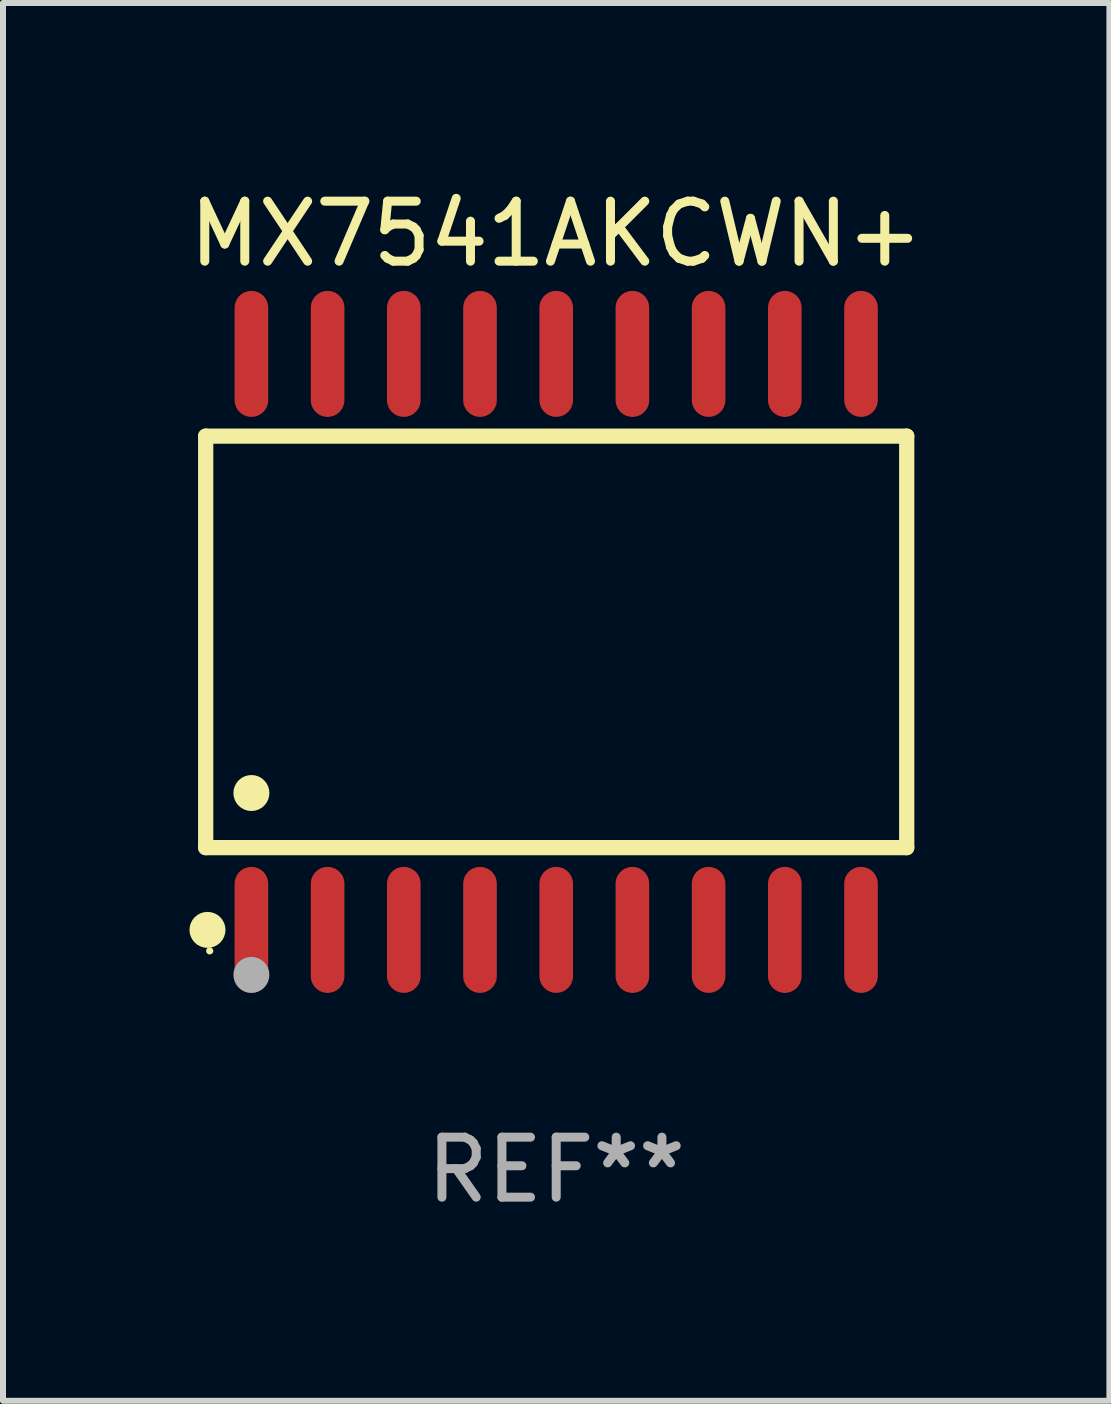
<source format=kicad_pcb>
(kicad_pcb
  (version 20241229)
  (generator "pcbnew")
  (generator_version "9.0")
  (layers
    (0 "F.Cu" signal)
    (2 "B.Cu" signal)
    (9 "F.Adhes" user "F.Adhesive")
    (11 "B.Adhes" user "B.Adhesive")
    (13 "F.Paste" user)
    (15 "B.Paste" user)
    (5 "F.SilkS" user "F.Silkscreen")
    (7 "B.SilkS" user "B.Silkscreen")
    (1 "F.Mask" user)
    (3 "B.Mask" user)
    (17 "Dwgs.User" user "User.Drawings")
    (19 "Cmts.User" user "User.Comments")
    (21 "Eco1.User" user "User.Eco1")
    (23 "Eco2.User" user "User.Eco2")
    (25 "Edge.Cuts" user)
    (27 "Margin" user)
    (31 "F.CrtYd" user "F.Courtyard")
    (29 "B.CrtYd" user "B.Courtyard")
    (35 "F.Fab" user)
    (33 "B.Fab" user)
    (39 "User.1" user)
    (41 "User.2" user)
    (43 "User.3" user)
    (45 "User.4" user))
  (footprint "MX7541AKCWN+"
    (layer "F.Cu")
    (at 6.22 7.648)
    (property "Reference" "MX7541AKCWN+" (at 0 -6.8 0) (layer "F.SilkS") (effects (font (size 1 1) (thickness 0.15))))
    (attr through_hole)
    (fp_line (start -5.842 -3.429) (end -5.842 3.429) (stroke (width 0.254) (type solid)) (layer "F.SilkS"))
    (fp_line (start -5.842 3.429) (end 5.842 3.429) (stroke (width 0.254) (type solid)) (layer "F.SilkS"))
    (fp_line (start 5.842 -3.429) (end -5.842 -3.429) (stroke (width 0.254) (type solid)) (layer "F.SilkS"))
    (fp_line (start 5.842 3.429) (end 5.842 -3.429) (stroke (width 0.254) (type solid)) (layer "F.SilkS"))
    (fp_circle (center -5.812 4.8) (end -5.662 4.8) (stroke (width 0.3) (type solid)) (fill no) (layer "F.SilkS"))
    (fp_circle (center -5.775 5.15) (end -5.745 5.15) (stroke (width 0.06) (type solid)) (fill no) (layer "F.SilkS"))
    (fp_circle (center -5.08 2.519) (end -4.93 2.519) (stroke (width 0.3) (type solid)) (fill no) (layer "F.SilkS"))
    (fp_circle (center -5.08 5.55) (end -4.93 5.55) (stroke (width 0.3) (type solid)) (fill no) (layer "F.Fab"))
    (fp_text user "REF**" (at 0 8.8 0) (layer "F.Fab") (effects (font (size 1 1) (thickness 0.15))))
    (pad "1" smd oval (at -5.08 4.8) (size 0.56 2.1) (layers "F.Cu" "F.Mask" "F.Paste"))
    (pad "2" smd oval (at -3.81 4.8) (size 0.56 2.1) (layers "F.Cu" "F.Mask" "F.Paste"))
    (pad "3" smd oval (at -2.54 4.8) (size 0.56 2.1) (layers "F.Cu" "F.Mask" "F.Paste"))
    (pad "4" smd oval (at -1.27 4.8) (size 0.56 2.1) (layers "F.Cu" "F.Mask" "F.Paste"))
    (pad "5" smd oval (at 0 4.8) (size 0.56 2.1) (layers "F.Cu" "F.Mask" "F.Paste"))
    (pad "6" smd oval (at 1.27 4.8) (size 0.56 2.1) (layers "F.Cu" "F.Mask" "F.Paste"))
    (pad "7" smd oval (at 2.54 4.8) (size 0.56 2.1) (layers "F.Cu" "F.Mask" "F.Paste"))
    (pad "8" smd oval (at 3.81 4.8) (size 0.56 2.1) (layers "F.Cu" "F.Mask" "F.Paste"))
    (pad "9" smd oval (at 5.08 4.8) (size 0.56 2.1) (layers "F.Cu" "F.Mask" "F.Paste"))
    (pad "10" smd oval (at 5.08 -4.8) (size 0.56 2.1) (layers "F.Cu" "F.Mask" "F.Paste"))
    (pad "11" smd oval (at 3.81 -4.8) (size 0.56 2.1) (layers "F.Cu" "F.Mask" "F.Paste"))
    (pad "12" smd oval (at 2.54 -4.8) (size 0.56 2.1) (layers "F.Cu" "F.Mask" "F.Paste"))
    (pad "13" smd oval (at 1.27 -4.8) (size 0.56 2.1) (layers "F.Cu" "F.Mask" "F.Paste"))
    (pad "14" smd oval (at 0 -4.8) (size 0.56 2.1) (layers "F.Cu" "F.Mask" "F.Paste"))
    (pad "15" smd oval (at -1.27 -4.8) (size 0.56 2.1) (layers "F.Cu" "F.Mask" "F.Paste"))
    (pad "16" smd oval (at -2.54 -4.8) (size 0.56 2.1) (layers "F.Cu" "F.Mask" "F.Paste"))
    (pad "17" smd oval (at -3.81 -4.8) (size 0.56 2.1) (layers "F.Cu" "F.Mask" "F.Paste"))
    (pad "18" smd oval (at -5.08 -4.8) (size 0.56 2.1) (layers "F.Cu" "F.Mask" "F.Paste")))
  (gr_rect
    (start -3 -3)
    (end 15.44 20.297)
    (stroke (width 0.1) (type default))
    (fill no)
    (layer "Edge.Cuts")))
</source>
